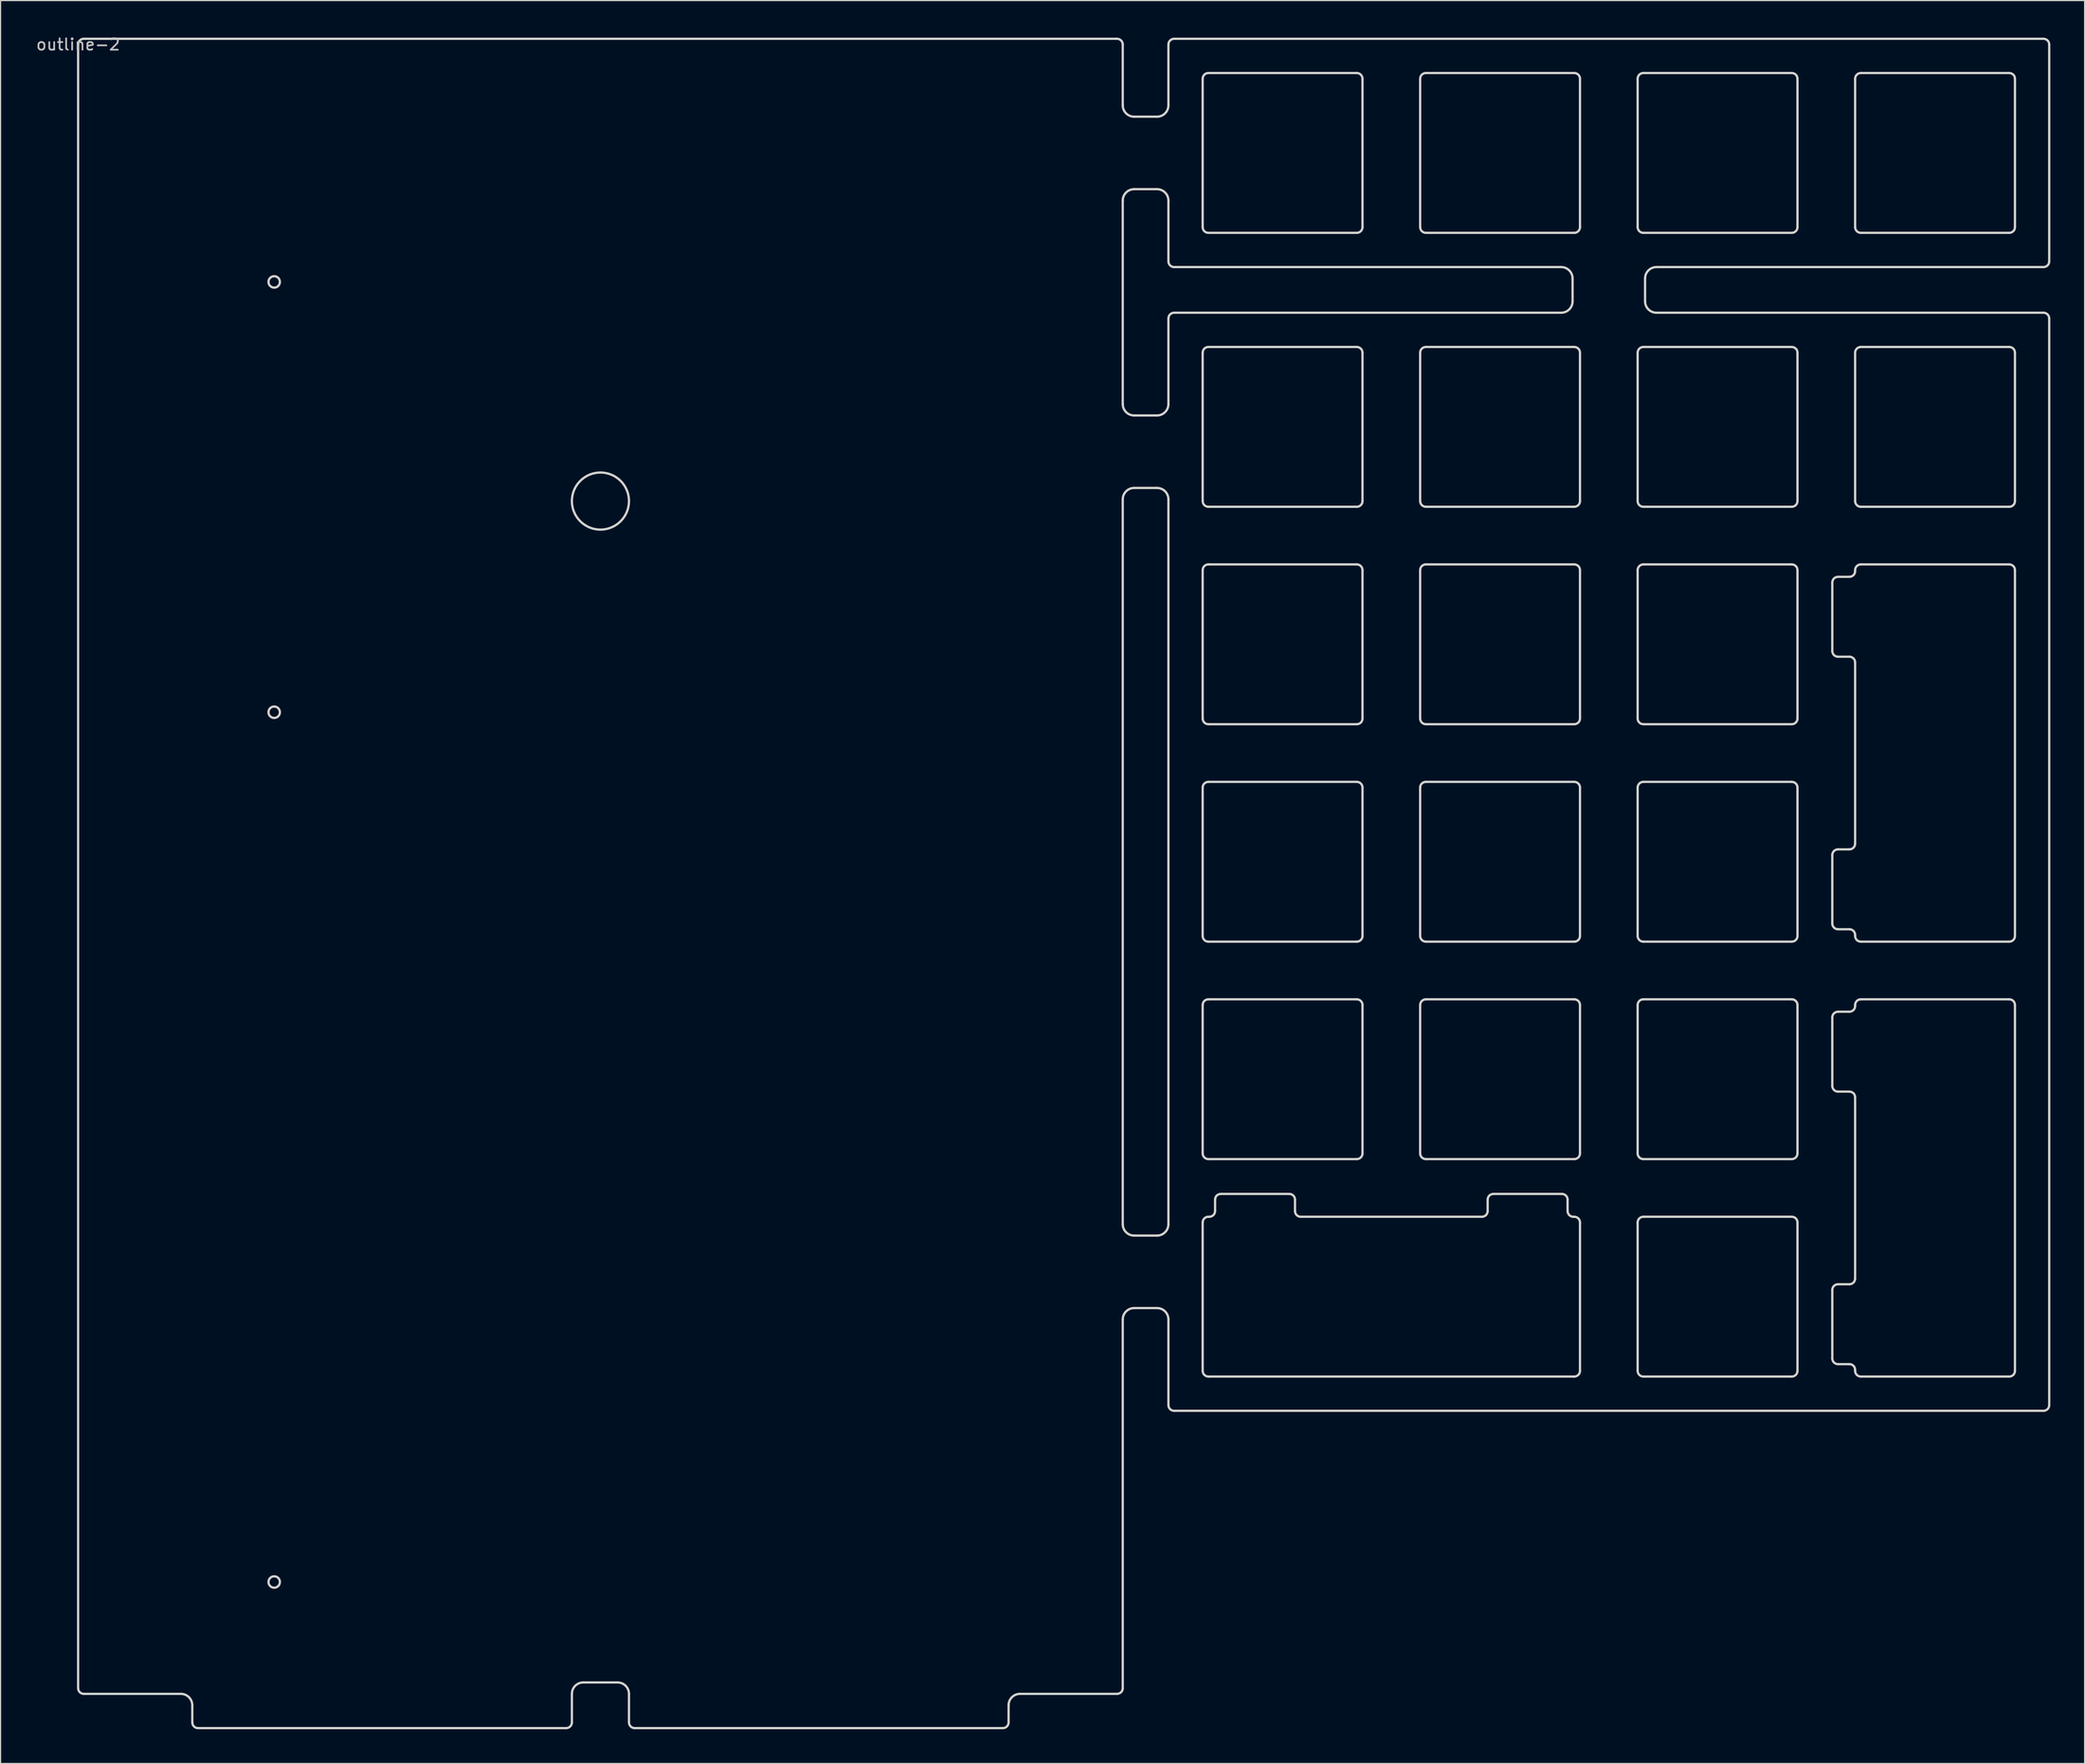
<source format=kicad_pcb>
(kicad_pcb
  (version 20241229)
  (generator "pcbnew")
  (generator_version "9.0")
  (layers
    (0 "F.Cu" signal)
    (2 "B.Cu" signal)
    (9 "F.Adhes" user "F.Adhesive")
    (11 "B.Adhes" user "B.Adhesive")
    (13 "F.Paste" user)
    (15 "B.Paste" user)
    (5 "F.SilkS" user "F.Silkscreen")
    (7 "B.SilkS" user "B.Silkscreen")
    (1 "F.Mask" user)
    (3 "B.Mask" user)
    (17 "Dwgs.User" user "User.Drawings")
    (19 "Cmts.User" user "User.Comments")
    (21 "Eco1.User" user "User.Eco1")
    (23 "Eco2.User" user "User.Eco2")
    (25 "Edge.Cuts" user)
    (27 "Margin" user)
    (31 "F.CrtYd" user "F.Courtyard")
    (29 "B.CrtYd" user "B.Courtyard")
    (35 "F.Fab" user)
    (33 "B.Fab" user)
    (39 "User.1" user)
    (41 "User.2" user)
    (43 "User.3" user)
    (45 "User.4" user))
  (footprint "outline-2"
    (layer "F.Cu")
    (at 3.792 0.348)
    (property "Reference" "outline-2" (at 0 0.5 0) (layer "Dwgs.User") (effects (font (size 1 1) (thickness 0.15))))
    (attr through_hole)
    (fp_line (start 0 144.5) (end 0 0.5) (stroke (width 0.2) (type solid)) (layer "Edge.Cuts"))
    (fp_line (start 0.5 0) (end 91 0) (stroke (width 0.2) (type solid)) (layer "Edge.Cuts"))
    (fp_line (start 9 145) (end 0.5 145) (stroke (width 0.2) (type solid)) (layer "Edge.Cuts"))
    (fp_line (start 10 147.5) (end 10 146) (stroke (width 0.2) (type solid)) (layer "Edge.Cuts"))
    (fp_line (start 42.75 148) (end 10.5 148) (stroke (width 0.2) (type solid)) (layer "Edge.Cuts"))
    (fp_line (start 43.25 145) (end 43.25 147.5) (stroke (width 0.2) (type solid)) (layer "Edge.Cuts"))
    (fp_line (start 47.25 144) (end 44.25 144) (stroke (width 0.2) (type solid)) (layer "Edge.Cuts"))
    (fp_line (start 48.25 147.5) (end 48.25 145) (stroke (width 0.2) (type solid)) (layer "Edge.Cuts"))
    (fp_line (start 81 148) (end 48.75 148) (stroke (width 0.2) (type solid)) (layer "Edge.Cuts"))
    (fp_line (start 81.5 146) (end 81.5 147.5) (stroke (width 0.2) (type solid)) (layer "Edge.Cuts"))
    (fp_line (start 91 145) (end 82.5 145) (stroke (width 0.2) (type solid)) (layer "Edge.Cuts"))
    (fp_line (start 91.5 0.5) (end 91.5 5.825) (stroke (width 0.2) (type solid)) (layer "Edge.Cuts"))
    (fp_line (start 91.5 14.175) (end 91.5 32) (stroke (width 0.2) (type solid)) (layer "Edge.Cuts"))
    (fp_line (start 91.5 40.35) (end 91.5 103.85) (stroke (width 0.2) (type solid)) (layer "Edge.Cuts"))
    (fp_line (start 91.5 112.2) (end 91.5 144.5) (stroke (width 0.2) (type solid)) (layer "Edge.Cuts"))
    (fp_line (start 92.5 6.825) (end 94.5 6.825) (stroke (width 0.2) (type solid)) (layer "Edge.Cuts"))
    (fp_line (start 92.5 33) (end 94.5 33) (stroke (width 0.2) (type solid)) (layer "Edge.Cuts"))
    (fp_line (start 92.5 104.85) (end 94.5 104.85) (stroke (width 0.2) (type solid)) (layer "Edge.Cuts"))
    (fp_line (start 94.5 13.175) (end 92.5 13.175) (stroke (width 0.2) (type solid)) (layer "Edge.Cuts"))
    (fp_line (start 94.5 39.35) (end 92.5 39.35) (stroke (width 0.2) (type solid)) (layer "Edge.Cuts"))
    (fp_line (start 94.5 111.2) (end 92.5 111.2) (stroke (width 0.2) (type solid)) (layer "Edge.Cuts"))
    (fp_line (start 95.5 5.825) (end 95.5 0.5) (stroke (width 0.2) (type solid)) (layer "Edge.Cuts"))
    (fp_line (start 95.5 19.5) (end 95.5 14.175) (stroke (width 0.2) (type solid)) (layer "Edge.Cuts"))
    (fp_line (start 95.5 32) (end 95.5 24.5) (stroke (width 0.2) (type solid)) (layer "Edge.Cuts"))
    (fp_line (start 95.5 103.85) (end 95.5 40.35) (stroke (width 0.2) (type solid)) (layer "Edge.Cuts"))
    (fp_line (start 95.5 119.7) (end 95.5 112.2) (stroke (width 0.2) (type solid)) (layer "Edge.Cuts"))
    (fp_line (start 96 0) (end 172.15 0) (stroke (width 0.2) (type solid)) (layer "Edge.Cuts"))
    (fp_line (start 96 24) (end 129.9 24) (stroke (width 0.2) (type solid)) (layer "Edge.Cuts"))
    (fp_line (start 98.5 3.5) (end 98.5 16.5) (stroke (width 0.2) (type solid)) (layer "Edge.Cuts"))
    (fp_line (start 98.5 27.5) (end 98.5 40.5) (stroke (width 0.2) (type solid)) (layer "Edge.Cuts"))
    (fp_line (start 98.5 46.55) (end 98.5 59.55) (stroke (width 0.2) (type solid)) (layer "Edge.Cuts"))
    (fp_line (start 98.5 65.6) (end 98.5 78.6) (stroke (width 0.2) (type solid)) (layer "Edge.Cuts"))
    (fp_line (start 98.5 84.65) (end 98.5 97.65) (stroke (width 0.2) (type solid)) (layer "Edge.Cuts"))
    (fp_line (start 98.5 103.7) (end 98.5 116.7) (stroke (width 0.2) (type solid)) (layer "Edge.Cuts"))
    (fp_line (start 99 17) (end 112 17) (stroke (width 0.2) (type solid)) (layer "Edge.Cuts"))
    (fp_line (start 99 41) (end 112 41) (stroke (width 0.2) (type solid)) (layer "Edge.Cuts"))
    (fp_line (start 99 60.05) (end 112 60.05) (stroke (width 0.2) (type solid)) (layer "Edge.Cuts"))
    (fp_line (start 99 79.1) (end 112 79.1) (stroke (width 0.2) (type solid)) (layer "Edge.Cuts"))
    (fp_line (start 99 98.15) (end 112 98.15) (stroke (width 0.2) (type solid)) (layer "Edge.Cuts"))
    (fp_line (start 99 117.2) (end 131.05 117.2) (stroke (width 0.2) (type solid)) (layer "Edge.Cuts"))
    (fp_line (start 99.087 103.2) (end 99 103.2) (stroke (width 0.2) (type solid)) (layer "Edge.Cuts"))
    (fp_line (start 99.587 101.7) (end 99.587 102.7) (stroke (width 0.2) (type solid)) (layer "Edge.Cuts"))
    (fp_line (start 106.087 101.2) (end 100.087 101.2) (stroke (width 0.2) (type solid)) (layer "Edge.Cuts"))
    (fp_line (start 106.587 102.7) (end 106.587 101.7) (stroke (width 0.2) (type solid)) (layer "Edge.Cuts"))
    (fp_line (start 112 3) (end 99 3) (stroke (width 0.2) (type solid)) (layer "Edge.Cuts"))
    (fp_line (start 112 27) (end 99 27) (stroke (width 0.2) (type solid)) (layer "Edge.Cuts"))
    (fp_line (start 112 46.05) (end 99 46.05) (stroke (width 0.2) (type solid)) (layer "Edge.Cuts"))
    (fp_line (start 112 65.1) (end 99 65.1) (stroke (width 0.2) (type solid)) (layer "Edge.Cuts"))
    (fp_line (start 112 84.15) (end 99 84.15) (stroke (width 0.2) (type solid)) (layer "Edge.Cuts"))
    (fp_line (start 112.5 16.5) (end 112.5 3.5) (stroke (width 0.2) (type solid)) (layer "Edge.Cuts"))
    (fp_line (start 112.5 40.5) (end 112.5 27.5) (stroke (width 0.2) (type solid)) (layer "Edge.Cuts"))
    (fp_line (start 112.5 59.55) (end 112.5 46.55) (stroke (width 0.2) (type solid)) (layer "Edge.Cuts"))
    (fp_line (start 112.5 78.6) (end 112.5 65.6) (stroke (width 0.2) (type solid)) (layer "Edge.Cuts"))
    (fp_line (start 112.5 97.65) (end 112.5 84.65) (stroke (width 0.2) (type solid)) (layer "Edge.Cuts"))
    (fp_line (start 117.55 16.5) (end 117.55 3.5) (stroke (width 0.2) (type solid)) (layer "Edge.Cuts"))
    (fp_line (start 117.55 27.5) (end 117.55 40.5) (stroke (width 0.2) (type solid)) (layer "Edge.Cuts"))
    (fp_line (start 117.55 46.55) (end 117.55 59.55) (stroke (width 0.2) (type solid)) (layer "Edge.Cuts"))
    (fp_line (start 117.55 65.6) (end 117.55 78.6) (stroke (width 0.2) (type solid)) (layer "Edge.Cuts"))
    (fp_line (start 117.55 84.65) (end 117.55 97.65) (stroke (width 0.2) (type solid)) (layer "Edge.Cuts"))
    (fp_line (start 118.05 3) (end 131.05 3) (stroke (width 0.2) (type solid)) (layer "Edge.Cuts"))
    (fp_line (start 118.05 41) (end 131.05 41) (stroke (width 0.2) (type solid)) (layer "Edge.Cuts"))
    (fp_line (start 118.05 60.05) (end 131.05 60.05) (stroke (width 0.2) (type solid)) (layer "Edge.Cuts"))
    (fp_line (start 118.05 79.1) (end 131.05 79.1) (stroke (width 0.2) (type solid)) (layer "Edge.Cuts"))
    (fp_line (start 118.05 98.15) (end 131.05 98.15) (stroke (width 0.2) (type solid)) (layer "Edge.Cuts"))
    (fp_line (start 122.963 103.2) (end 107.087 103.2) (stroke (width 0.2) (type solid)) (layer "Edge.Cuts"))
    (fp_line (start 123.463 101.7) (end 123.463 102.7) (stroke (width 0.2) (type solid)) (layer "Edge.Cuts"))
    (fp_line (start 129.9 20) (end 96 20) (stroke (width 0.2) (type solid)) (layer "Edge.Cuts"))
    (fp_line (start 129.963 101.2) (end 123.963 101.2) (stroke (width 0.2) (type solid)) (layer "Edge.Cuts"))
    (fp_line (start 130.463 102.7) (end 130.463 101.7) (stroke (width 0.2) (type solid)) (layer "Edge.Cuts"))
    (fp_line (start 130.9 23) (end 130.9 21) (stroke (width 0.2) (type solid)) (layer "Edge.Cuts"))
    (fp_line (start 131.05 17) (end 118.05 17) (stroke (width 0.2) (type solid)) (layer "Edge.Cuts"))
    (fp_line (start 131.05 27) (end 118.05 27) (stroke (width 0.2) (type solid)) (layer "Edge.Cuts"))
    (fp_line (start 131.05 46.05) (end 118.05 46.05) (stroke (width 0.2) (type solid)) (layer "Edge.Cuts"))
    (fp_line (start 131.05 65.1) (end 118.05 65.1) (stroke (width 0.2) (type solid)) (layer "Edge.Cuts"))
    (fp_line (start 131.05 84.15) (end 118.05 84.15) (stroke (width 0.2) (type solid)) (layer "Edge.Cuts"))
    (fp_line (start 131.05 103.2) (end 130.963 103.2) (stroke (width 0.2) (type solid)) (layer "Edge.Cuts"))
    (fp_line (start 131.55 3.5) (end 131.55 16.5) (stroke (width 0.2) (type solid)) (layer "Edge.Cuts"))
    (fp_line (start 131.55 40.5) (end 131.55 27.5) (stroke (width 0.2) (type solid)) (layer "Edge.Cuts"))
    (fp_line (start 131.55 59.55) (end 131.55 46.55) (stroke (width 0.2) (type solid)) (layer "Edge.Cuts"))
    (fp_line (start 131.55 78.6) (end 131.55 65.6) (stroke (width 0.2) (type solid)) (layer "Edge.Cuts"))
    (fp_line (start 131.55 97.65) (end 131.55 84.65) (stroke (width 0.2) (type solid)) (layer "Edge.Cuts"))
    (fp_line (start 131.55 116.7) (end 131.55 103.7) (stroke (width 0.2) (type solid)) (layer "Edge.Cuts"))
    (fp_line (start 136.6 3.5) (end 136.6 16.5) (stroke (width 0.2) (type solid)) (layer "Edge.Cuts"))
    (fp_line (start 136.6 27.5) (end 136.6 40.5) (stroke (width 0.2) (type solid)) (layer "Edge.Cuts"))
    (fp_line (start 136.6 46.55) (end 136.6 59.55) (stroke (width 0.2) (type solid)) (layer "Edge.Cuts"))
    (fp_line (start 136.6 65.6) (end 136.6 78.6) (stroke (width 0.2) (type solid)) (layer "Edge.Cuts"))
    (fp_line (start 136.6 97.65) (end 136.6 84.65) (stroke (width 0.2) (type solid)) (layer "Edge.Cuts"))
    (fp_line (start 136.6 103.7) (end 136.6 116.7) (stroke (width 0.2) (type solid)) (layer "Edge.Cuts"))
    (fp_line (start 137.1 17) (end 150.1 17) (stroke (width 0.2) (type solid)) (layer "Edge.Cuts"))
    (fp_line (start 137.1 41) (end 150.1 41) (stroke (width 0.2) (type solid)) (layer "Edge.Cuts"))
    (fp_line (start 137.1 60.05) (end 150.1 60.05) (stroke (width 0.2) (type solid)) (layer "Edge.Cuts"))
    (fp_line (start 137.1 79.1) (end 150.1 79.1) (stroke (width 0.2) (type solid)) (layer "Edge.Cuts"))
    (fp_line (start 137.1 84.15) (end 150.1 84.15) (stroke (width 0.2) (type solid)) (layer "Edge.Cuts"))
    (fp_line (start 137.1 117.2) (end 150.1 117.2) (stroke (width 0.2) (type solid)) (layer "Edge.Cuts"))
    (fp_line (start 137.25 21) (end 137.25 23) (stroke (width 0.2) (type solid)) (layer "Edge.Cuts"))
    (fp_line (start 138.25 24) (end 172.15 24) (stroke (width 0.2) (type solid)) (layer "Edge.Cuts"))
    (fp_line (start 150.1 3) (end 137.1 3) (stroke (width 0.2) (type solid)) (layer "Edge.Cuts"))
    (fp_line (start 150.1 27) (end 137.1 27) (stroke (width 0.2) (type solid)) (layer "Edge.Cuts"))
    (fp_line (start 150.1 46.05) (end 137.1 46.05) (stroke (width 0.2) (type solid)) (layer "Edge.Cuts"))
    (fp_line (start 150.1 65.1) (end 137.1 65.1) (stroke (width 0.2) (type solid)) (layer "Edge.Cuts"))
    (fp_line (start 150.1 98.15) (end 137.1 98.15) (stroke (width 0.2) (type solid)) (layer "Edge.Cuts"))
    (fp_line (start 150.1 103.2) (end 137.1 103.2) (stroke (width 0.2) (type solid)) (layer "Edge.Cuts"))
    (fp_line (start 150.6 16.5) (end 150.6 3.5) (stroke (width 0.2) (type solid)) (layer "Edge.Cuts"))
    (fp_line (start 150.6 40.5) (end 150.6 27.5) (stroke (width 0.2) (type solid)) (layer "Edge.Cuts"))
    (fp_line (start 150.6 59.55) (end 150.6 46.55) (stroke (width 0.2) (type solid)) (layer "Edge.Cuts"))
    (fp_line (start 150.6 78.6) (end 150.6 65.6) (stroke (width 0.2) (type solid)) (layer "Edge.Cuts"))
    (fp_line (start 150.6 84.65) (end 150.6 97.65) (stroke (width 0.2) (type solid)) (layer "Edge.Cuts"))
    (fp_line (start 150.6 116.7) (end 150.6 103.7) (stroke (width 0.2) (type solid)) (layer "Edge.Cuts"))
    (fp_line (start 153.65 47.637) (end 153.65 53.637) (stroke (width 0.2) (type solid)) (layer "Edge.Cuts"))
    (fp_line (start 153.65 71.513) (end 153.65 77.513) (stroke (width 0.2) (type solid)) (layer "Edge.Cuts"))
    (fp_line (start 153.65 85.737) (end 153.65 91.737) (stroke (width 0.2) (type solid)) (layer "Edge.Cuts"))
    (fp_line (start 153.65 109.613) (end 153.65 115.613) (stroke (width 0.2) (type solid)) (layer "Edge.Cuts"))
    (fp_line (start 154.15 54.137) (end 155.15 54.137) (stroke (width 0.2) (type solid)) (layer "Edge.Cuts"))
    (fp_line (start 154.15 78.013) (end 155.15 78.013) (stroke (width 0.2) (type solid)) (layer "Edge.Cuts"))
    (fp_line (start 154.15 92.237) (end 155.15 92.237) (stroke (width 0.2) (type solid)) (layer "Edge.Cuts"))
    (fp_line (start 154.15 116.113) (end 155.15 116.113) (stroke (width 0.2) (type solid)) (layer "Edge.Cuts"))
    (fp_line (start 155.15 47.137) (end 154.15 47.137) (stroke (width 0.2) (type solid)) (layer "Edge.Cuts"))
    (fp_line (start 155.15 71.013) (end 154.15 71.013) (stroke (width 0.2) (type solid)) (layer "Edge.Cuts"))
    (fp_line (start 155.15 85.237) (end 154.15 85.237) (stroke (width 0.2) (type solid)) (layer "Edge.Cuts"))
    (fp_line (start 155.15 109.113) (end 154.15 109.113) (stroke (width 0.2) (type solid)) (layer "Edge.Cuts"))
    (fp_line (start 155.65 3.5) (end 155.65 16.5) (stroke (width 0.2) (type solid)) (layer "Edge.Cuts"))
    (fp_line (start 155.65 27.5) (end 155.65 40.5) (stroke (width 0.2) (type solid)) (layer "Edge.Cuts"))
    (fp_line (start 155.65 46.55) (end 155.65 46.637) (stroke (width 0.2) (type solid)) (layer "Edge.Cuts"))
    (fp_line (start 155.65 54.637) (end 155.65 70.513) (stroke (width 0.2) (type solid)) (layer "Edge.Cuts"))
    (fp_line (start 155.65 78.513) (end 155.65 78.6) (stroke (width 0.2) (type solid)) (layer "Edge.Cuts"))
    (fp_line (start 155.65 84.65) (end 155.65 84.737) (stroke (width 0.2) (type solid)) (layer "Edge.Cuts"))
    (fp_line (start 155.65 92.737) (end 155.65 108.613) (stroke (width 0.2) (type solid)) (layer "Edge.Cuts"))
    (fp_line (start 155.65 116.613) (end 155.65 116.7) (stroke (width 0.2) (type solid)) (layer "Edge.Cuts"))
    (fp_line (start 156.15 17) (end 169.15 17) (stroke (width 0.2) (type solid)) (layer "Edge.Cuts"))
    (fp_line (start 156.15 41) (end 169.15 41) (stroke (width 0.2) (type solid)) (layer "Edge.Cuts"))
    (fp_line (start 156.15 79.1) (end 169.15 79.1) (stroke (width 0.2) (type solid)) (layer "Edge.Cuts"))
    (fp_line (start 156.15 117.2) (end 169.15 117.2) (stroke (width 0.2) (type solid)) (layer "Edge.Cuts"))
    (fp_line (start 169.15 3) (end 156.15 3) (stroke (width 0.2) (type solid)) (layer "Edge.Cuts"))
    (fp_line (start 169.15 27) (end 156.15 27) (stroke (width 0.2) (type solid)) (layer "Edge.Cuts"))
    (fp_line (start 169.15 46.05) (end 156.15 46.05) (stroke (width 0.2) (type solid)) (layer "Edge.Cuts"))
    (fp_line (start 169.15 84.15) (end 156.15 84.15) (stroke (width 0.2) (type solid)) (layer "Edge.Cuts"))
    (fp_line (start 169.65 16.5) (end 169.65 3.5) (stroke (width 0.2) (type solid)) (layer "Edge.Cuts"))
    (fp_line (start 169.65 40.5) (end 169.65 27.5) (stroke (width 0.2) (type solid)) (layer "Edge.Cuts"))
    (fp_line (start 169.65 78.6) (end 169.65 46.55) (stroke (width 0.2) (type solid)) (layer "Edge.Cuts"))
    (fp_line (start 169.65 116.7) (end 169.65 84.65) (stroke (width 0.2) (type solid)) (layer "Edge.Cuts"))
    (fp_line (start 172.15 20) (end 138.25 20) (stroke (width 0.2) (type solid)) (layer "Edge.Cuts"))
    (fp_line (start 172.15 120.2) (end 96 120.2) (stroke (width 0.2) (type solid)) (layer "Edge.Cuts"))
    (fp_line (start 172.65 0.5) (end 172.65 19.5) (stroke (width 0.2) (type solid)) (layer "Edge.Cuts"))
    (fp_line (start 172.65 24.5) (end 172.65 119.7) (stroke (width 0.2) (type solid)) (layer "Edge.Cuts"))
    (fp_arc (start 0 0.5) (mid 0.146447 0.146447) (end 0.5 0) (stroke (width 0.2) (type solid)) (layer "Edge.Cuts"))
    (fp_arc (start 0.5 145) (mid 0.146447 144.853553) (end 0 144.5) (stroke (width 0.2) (type solid)) (layer "Edge.Cuts"))
    (fp_arc (start 9 145) (mid 9.707107 145.292893) (end 10 146) (stroke (width 0.2) (type solid)) (layer "Edge.Cuts"))
    (fp_arc (start 10.5 148) (mid 10.146447 147.853553) (end 10 147.5) (stroke (width 0.2) (type solid)) (layer "Edge.Cuts"))
    (fp_arc (start 43.25 145) (mid 43.542893 144.292893) (end 44.25 144) (stroke (width 0.2) (type solid)) (layer "Edge.Cuts"))
    (fp_arc (start 43.25 147.5) (mid 43.103553 147.853553) (end 42.75 148) (stroke (width 0.2) (type solid)) (layer "Edge.Cuts"))
    (fp_arc (start 47.25 144) (mid 47.957107 144.292893) (end 48.25 145) (stroke (width 0.2) (type solid)) (layer "Edge.Cuts"))
    (fp_arc (start 48.75 148) (mid 48.396447 147.853553) (end 48.25 147.5) (stroke (width 0.2) (type solid)) (layer "Edge.Cuts"))
    (fp_arc (start 81.5 146) (mid 81.792893 145.292893) (end 82.5 145) (stroke (width 0.2) (type solid)) (layer "Edge.Cuts"))
    (fp_arc (start 81.5 147.5) (mid 81.353553 147.853553) (end 81 148) (stroke (width 0.2) (type solid)) (layer "Edge.Cuts"))
    (fp_arc (start 91 0) (mid 91.353553 0.146447) (end 91.5 0.5) (stroke (width 0.2) (type solid)) (layer "Edge.Cuts"))
    (fp_arc (start 91.5 14.175) (mid 91.792893 13.467893) (end 92.5 13.175) (stroke (width 0.2) (type solid)) (layer "Edge.Cuts"))
    (fp_arc (start 91.5 40.35) (mid 91.792893 39.642893) (end 92.5 39.35) (stroke (width 0.2) (type solid)) (layer "Edge.Cuts"))
    (fp_arc (start 91.5 112.2) (mid 91.792893 111.492893) (end 92.5 111.2) (stroke (width 0.2) (type solid)) (layer "Edge.Cuts"))
    (fp_arc (start 91.5 144.5) (mid 91.353553 144.853553) (end 91 145) (stroke (width 0.2) (type solid)) (layer "Edge.Cuts"))
    (fp_arc (start 92.5 6.825) (mid 91.792893 6.532107) (end 91.5 5.825) (stroke (width 0.2) (type solid)) (layer "Edge.Cuts"))
    (fp_arc (start 92.5 33) (mid 91.792893 32.707107) (end 91.5 32) (stroke (width 0.2) (type solid)) (layer "Edge.Cuts"))
    (fp_arc (start 92.5 104.85) (mid 91.792893 104.557107) (end 91.5 103.85) (stroke (width 0.2) (type solid)) (layer "Edge.Cuts"))
    (fp_arc (start 94.5 13.175) (mid 95.207107 13.467893) (end 95.5 14.175) (stroke (width 0.2) (type solid)) (layer "Edge.Cuts"))
    (fp_arc (start 94.5 39.35) (mid 95.207107 39.642893) (end 95.5 40.35) (stroke (width 0.2) (type solid)) (layer "Edge.Cuts"))
    (fp_arc (start 94.5 111.2) (mid 95.207107 111.492893) (end 95.5 112.2) (stroke (width 0.2) (type solid)) (layer "Edge.Cuts"))
    (fp_arc (start 95.5 0.5) (mid 95.646447 0.146447) (end 96 0) (stroke (width 0.2) (type solid)) (layer "Edge.Cuts"))
    (fp_arc (start 95.5 5.825) (mid 95.207107 6.532107) (end 94.5 6.825) (stroke (width 0.2) (type solid)) (layer "Edge.Cuts"))
    (fp_arc (start 95.5 24.5) (mid 95.646447 24.146447) (end 96 24) (stroke (width 0.2) (type solid)) (layer "Edge.Cuts"))
    (fp_arc (start 95.5 32) (mid 95.207107 32.707107) (end 94.5 33) (stroke (width 0.2) (type solid)) (layer "Edge.Cuts"))
    (fp_arc (start 95.5 103.85) (mid 95.207107 104.557107) (end 94.5 104.85) (stroke (width 0.2) (type solid)) (layer "Edge.Cuts"))
    (fp_arc (start 96 20) (mid 95.646447 19.853553) (end 95.5 19.5) (stroke (width 0.2) (type solid)) (layer "Edge.Cuts"))
    (fp_arc (start 96 120.2) (mid 95.646447 120.053553) (end 95.5 119.7) (stroke (width 0.2) (type solid)) (layer "Edge.Cuts"))
    (fp_arc (start 98.5 3.5) (mid 98.646447 3.146447) (end 99 3) (stroke (width 0.2) (type solid)) (layer "Edge.Cuts"))
    (fp_arc (start 98.5 27.5) (mid 98.646447 27.146447) (end 99 27) (stroke (width 0.2) (type solid)) (layer "Edge.Cuts"))
    (fp_arc (start 98.5 46.55) (mid 98.646447 46.196447) (end 99 46.05) (stroke (width 0.2) (type solid)) (layer "Edge.Cuts"))
    (fp_arc (start 98.5 65.6) (mid 98.646447 65.246447) (end 99 65.1) (stroke (width 0.2) (type solid)) (layer "Edge.Cuts"))
    (fp_arc (start 98.5 84.65) (mid 98.646447 84.296447) (end 99 84.15) (stroke (width 0.2) (type solid)) (layer "Edge.Cuts"))
    (fp_arc (start 98.5 103.7) (mid 98.646447 103.346447) (end 99 103.2) (stroke (width 0.2) (type solid)) (layer "Edge.Cuts"))
    (fp_arc (start 99 17) (mid 98.646447 16.853553) (end 98.5 16.5) (stroke (width 0.2) (type solid)) (layer "Edge.Cuts"))
    (fp_arc (start 99 41) (mid 98.646447 40.853553) (end 98.5 40.5) (stroke (width 0.2) (type solid)) (layer "Edge.Cuts"))
    (fp_arc (start 99 60.05) (mid 98.646447 59.903553) (end 98.5 59.55) (stroke (width 0.2) (type solid)) (layer "Edge.Cuts"))
    (fp_arc (start 99 79.1) (mid 98.646447 78.953553) (end 98.5 78.6) (stroke (width 0.2) (type solid)) (layer "Edge.Cuts"))
    (fp_arc (start 99 98.15) (mid 98.646447 98.003553) (end 98.5 97.65) (stroke (width 0.2) (type solid)) (layer "Edge.Cuts"))
    (fp_arc (start 99 117.2) (mid 98.646447 117.053553) (end 98.5 116.7) (stroke (width 0.2) (type solid)) (layer "Edge.Cuts"))
    (fp_arc (start 99.587 101.7) (mid 99.733447 101.346447) (end 100.087 101.2) (stroke (width 0.2) (type solid)) (layer "Edge.Cuts"))
    (fp_arc (start 99.587 102.7) (mid 99.440553 103.053553) (end 99.087 103.2) (stroke (width 0.2) (type solid)) (layer "Edge.Cuts"))
    (fp_arc (start 106.087 101.2) (mid 106.440553 101.346447) (end 106.587 101.7) (stroke (width 0.2) (type solid)) (layer "Edge.Cuts"))
    (fp_arc (start 107.087 103.2) (mid 106.733447 103.053553) (end 106.587 102.7) (stroke (width 0.2) (type solid)) (layer "Edge.Cuts"))
    (fp_arc (start 112 3) (mid 112.353553 3.146447) (end 112.5 3.5) (stroke (width 0.2) (type solid)) (layer "Edge.Cuts"))
    (fp_arc (start 112 27) (mid 112.353553 27.146447) (end 112.5 27.5) (stroke (width 0.2) (type solid)) (layer "Edge.Cuts"))
    (fp_arc (start 112 46.05) (mid 112.353553 46.196447) (end 112.5 46.55) (stroke (width 0.2) (type solid)) (layer "Edge.Cuts"))
    (fp_arc (start 112 65.1) (mid 112.353553 65.246447) (end 112.5 65.6) (stroke (width 0.2) (type solid)) (layer "Edge.Cuts"))
    (fp_arc (start 112 84.15) (mid 112.353553 84.296447) (end 112.5 84.65) (stroke (width 0.2) (type solid)) (layer "Edge.Cuts"))
    (fp_arc (start 112.5 16.5) (mid 112.353553 16.853553) (end 112 17) (stroke (width 0.2) (type solid)) (layer "Edge.Cuts"))
    (fp_arc (start 112.5 40.5) (mid 112.353553 40.853553) (end 112 41) (stroke (width 0.2) (type solid)) (layer "Edge.Cuts"))
    (fp_arc (start 112.5 59.55) (mid 112.353553 59.903553) (end 112 60.05) (stroke (width 0.2) (type solid)) (layer "Edge.Cuts"))
    (fp_arc (start 112.5 78.6) (mid 112.353553 78.953553) (end 112 79.1) (stroke (width 0.2) (type solid)) (layer "Edge.Cuts"))
    (fp_arc (start 112.5 97.65) (mid 112.353553 98.003553) (end 112 98.15) (stroke (width 0.2) (type solid)) (layer "Edge.Cuts"))
    (fp_arc (start 117.55 3.5) (mid 117.696447 3.146447) (end 118.05 3) (stroke (width 0.2) (type solid)) (layer "Edge.Cuts"))
    (fp_arc (start 117.55 27.5) (mid 117.696447 27.146447) (end 118.05 27) (stroke (width 0.2) (type solid)) (layer "Edge.Cuts"))
    (fp_arc (start 117.55 46.55) (mid 117.696447 46.196447) (end 118.05 46.05) (stroke (width 0.2) (type solid)) (layer "Edge.Cuts"))
    (fp_arc (start 117.55 65.6) (mid 117.696447 65.246447) (end 118.05 65.1) (stroke (width 0.2) (type solid)) (layer "Edge.Cuts"))
    (fp_arc (start 117.55 84.65) (mid 117.696447 84.296447) (end 118.05 84.15) (stroke (width 0.2) (type solid)) (layer "Edge.Cuts"))
    (fp_arc (start 118.05 17) (mid 117.696447 16.853553) (end 117.55 16.5) (stroke (width 0.2) (type solid)) (layer "Edge.Cuts"))
    (fp_arc (start 118.05 41) (mid 117.696447 40.853553) (end 117.55 40.5) (stroke (width 0.2) (type solid)) (layer "Edge.Cuts"))
    (fp_arc (start 118.05 60.05) (mid 117.696447 59.903553) (end 117.55 59.55) (stroke (width 0.2) (type solid)) (layer "Edge.Cuts"))
    (fp_arc (start 118.05 79.1) (mid 117.696447 78.953553) (end 117.55 78.6) (stroke (width 0.2) (type solid)) (layer "Edge.Cuts"))
    (fp_arc (start 118.05 98.15) (mid 117.696447 98.003553) (end 117.55 97.65) (stroke (width 0.2) (type solid)) (layer "Edge.Cuts"))
    (fp_arc (start 123.463 101.7) (mid 123.609447 101.346447) (end 123.963 101.2) (stroke (width 0.2) (type solid)) (layer "Edge.Cuts"))
    (fp_arc (start 123.463 102.7) (mid 123.316553 103.053553) (end 122.963 103.2) (stroke (width 0.2) (type solid)) (layer "Edge.Cuts"))
    (fp_arc (start 129.9 20) (mid 130.607107 20.292893) (end 130.9 21) (stroke (width 0.2) (type solid)) (layer "Edge.Cuts"))
    (fp_arc (start 129.963 101.2) (mid 130.316553 101.346447) (end 130.463 101.7) (stroke (width 0.2) (type solid)) (layer "Edge.Cuts"))
    (fp_arc (start 130.9 23) (mid 130.607107 23.707107) (end 129.9 24) (stroke (width 0.2) (type solid)) (layer "Edge.Cuts"))
    (fp_arc (start 130.963 103.2) (mid 130.609447 103.053553) (end 130.463 102.7) (stroke (width 0.2) (type solid)) (layer "Edge.Cuts"))
    (fp_arc (start 131.05 3) (mid 131.403553 3.146447) (end 131.55 3.5) (stroke (width 0.2) (type solid)) (layer "Edge.Cuts"))
    (fp_arc (start 131.05 27) (mid 131.403553 27.146447) (end 131.55 27.5) (stroke (width 0.2) (type solid)) (layer "Edge.Cuts"))
    (fp_arc (start 131.05 46.05) (mid 131.403553 46.196447) (end 131.55 46.55) (stroke (width 0.2) (type solid)) (layer "Edge.Cuts"))
    (fp_arc (start 131.05 65.1) (mid 131.403553 65.246447) (end 131.55 65.6) (stroke (width 0.2) (type solid)) (layer "Edge.Cuts"))
    (fp_arc (start 131.05 84.15) (mid 131.403553 84.296447) (end 131.55 84.65) (stroke (width 0.2) (type solid)) (layer "Edge.Cuts"))
    (fp_arc (start 131.05 103.2) (mid 131.403553 103.346447) (end 131.55 103.7) (stroke (width 0.2) (type solid)) (layer "Edge.Cuts"))
    (fp_arc (start 131.55 16.5) (mid 131.403553 16.853553) (end 131.05 17) (stroke (width 0.2) (type solid)) (layer "Edge.Cuts"))
    (fp_arc (start 131.55 40.5) (mid 131.403553 40.853553) (end 131.05 41) (stroke (width 0.2) (type solid)) (layer "Edge.Cuts"))
    (fp_arc (start 131.55 59.55) (mid 131.403553 59.903553) (end 131.05 60.05) (stroke (width 0.2) (type solid)) (layer "Edge.Cuts"))
    (fp_arc (start 131.55 78.6) (mid 131.403553 78.953553) (end 131.05 79.1) (stroke (width 0.2) (type solid)) (layer "Edge.Cuts"))
    (fp_arc (start 131.55 97.65) (mid 131.403553 98.003553) (end 131.05 98.15) (stroke (width 0.2) (type solid)) (layer "Edge.Cuts"))
    (fp_arc (start 131.55 116.7) (mid 131.403553 117.053553) (end 131.05 117.2) (stroke (width 0.2) (type solid)) (layer "Edge.Cuts"))
    (fp_arc (start 136.6 3.5) (mid 136.746447 3.146447) (end 137.1 3) (stroke (width 0.2) (type solid)) (layer "Edge.Cuts"))
    (fp_arc (start 136.6 27.5) (mid 136.746447 27.146447) (end 137.1 27) (stroke (width 0.2) (type solid)) (layer "Edge.Cuts"))
    (fp_arc (start 136.6 46.55) (mid 136.746447 46.196447) (end 137.1 46.05) (stroke (width 0.2) (type solid)) (layer "Edge.Cuts"))
    (fp_arc (start 136.6 65.6) (mid 136.746447 65.246447) (end 137.1 65.1) (stroke (width 0.2) (type solid)) (layer "Edge.Cuts"))
    (fp_arc (start 136.6 84.65) (mid 136.746447 84.296447) (end 137.1 84.15) (stroke (width 0.2) (type solid)) (layer "Edge.Cuts"))
    (fp_arc (start 136.6 103.7) (mid 136.746447 103.346447) (end 137.1 103.2) (stroke (width 0.2) (type solid)) (layer "Edge.Cuts"))
    (fp_arc (start 137.1 17) (mid 136.746447 16.853553) (end 136.6 16.5) (stroke (width 0.2) (type solid)) (layer "Edge.Cuts"))
    (fp_arc (start 137.1 41) (mid 136.746447 40.853553) (end 136.6 40.5) (stroke (width 0.2) (type solid)) (layer "Edge.Cuts"))
    (fp_arc (start 137.1 60.05) (mid 136.746447 59.903553) (end 136.6 59.55) (stroke (width 0.2) (type solid)) (layer "Edge.Cuts"))
    (fp_arc (start 137.1 79.1) (mid 136.746447 78.953553) (end 136.6 78.6) (stroke (width 0.2) (type solid)) (layer "Edge.Cuts"))
    (fp_arc (start 137.1 98.15) (mid 136.746447 98.003553) (end 136.6 97.65) (stroke (width 0.2) (type solid)) (layer "Edge.Cuts"))
    (fp_arc (start 137.1 117.2) (mid 136.746447 117.053553) (end 136.6 116.7) (stroke (width 0.2) (type solid)) (layer "Edge.Cuts"))
    (fp_arc (start 137.25 21) (mid 137.542893 20.292893) (end 138.25 20) (stroke (width 0.2) (type solid)) (layer "Edge.Cuts"))
    (fp_arc (start 138.25 24) (mid 137.542893 23.707107) (end 137.25 23) (stroke (width 0.2) (type solid)) (layer "Edge.Cuts"))
    (fp_arc (start 150.1 3) (mid 150.453553 3.146447) (end 150.6 3.5) (stroke (width 0.2) (type solid)) (layer "Edge.Cuts"))
    (fp_arc (start 150.1 27) (mid 150.453553 27.146447) (end 150.6 27.5) (stroke (width 0.2) (type solid)) (layer "Edge.Cuts"))
    (fp_arc (start 150.1 46.05) (mid 150.453553 46.196447) (end 150.6 46.55) (stroke (width 0.2) (type solid)) (layer "Edge.Cuts"))
    (fp_arc (start 150.1 65.1) (mid 150.453553 65.246447) (end 150.6 65.6) (stroke (width 0.2) (type solid)) (layer "Edge.Cuts"))
    (fp_arc (start 150.1 84.15) (mid 150.453553 84.296447) (end 150.6 84.65) (stroke (width 0.2) (type solid)) (layer "Edge.Cuts"))
    (fp_arc (start 150.1 103.2) (mid 150.453553 103.346447) (end 150.6 103.7) (stroke (width 0.2) (type solid)) (layer "Edge.Cuts"))
    (fp_arc (start 150.6 16.5) (mid 150.453553 16.853553) (end 150.1 17) (stroke (width 0.2) (type solid)) (layer "Edge.Cuts"))
    (fp_arc (start 150.6 40.5) (mid 150.453553 40.853553) (end 150.1 41) (stroke (width 0.2) (type solid)) (layer "Edge.Cuts"))
    (fp_arc (start 150.6 59.55) (mid 150.453553 59.903553) (end 150.1 60.05) (stroke (width 0.2) (type solid)) (layer "Edge.Cuts"))
    (fp_arc (start 150.6 78.6) (mid 150.453553 78.953553) (end 150.1 79.1) (stroke (width 0.2) (type solid)) (layer "Edge.Cuts"))
    (fp_arc (start 150.6 97.65) (mid 150.453553 98.003553) (end 150.1 98.15) (stroke (width 0.2) (type solid)) (layer "Edge.Cuts"))
    (fp_arc (start 150.6 116.7) (mid 150.453553 117.053553) (end 150.1 117.2) (stroke (width 0.2) (type solid)) (layer "Edge.Cuts"))
    (fp_arc (start 153.65 47.637) (mid 153.796447 47.283447) (end 154.15 47.137) (stroke (width 0.2) (type solid)) (layer "Edge.Cuts"))
    (fp_arc (start 153.65 71.513) (mid 153.796447 71.159447) (end 154.15 71.013) (stroke (width 0.2) (type solid)) (layer "Edge.Cuts"))
    (fp_arc (start 153.65 85.737) (mid 153.796447 85.383447) (end 154.15 85.237) (stroke (width 0.2) (type solid)) (layer "Edge.Cuts"))
    (fp_arc (start 153.65 109.613) (mid 153.796447 109.259447) (end 154.15 109.113) (stroke (width 0.2) (type solid)) (layer "Edge.Cuts"))
    (fp_arc (start 154.15 54.137) (mid 153.796447 53.990553) (end 153.65 53.637) (stroke (width 0.2) (type solid)) (layer "Edge.Cuts"))
    (fp_arc (start 154.15 78.013) (mid 153.796447 77.866553) (end 153.65 77.513) (stroke (width 0.2) (type solid)) (layer "Edge.Cuts"))
    (fp_arc (start 154.15 92.237) (mid 153.796447 92.090553) (end 153.65 91.737) (stroke (width 0.2) (type solid)) (layer "Edge.Cuts"))
    (fp_arc (start 154.15 116.113) (mid 153.796447 115.966553) (end 153.65 115.613) (stroke (width 0.2) (type solid)) (layer "Edge.Cuts"))
    (fp_arc (start 155.15 54.137) (mid 155.503553 54.283447) (end 155.65 54.637) (stroke (width 0.2) (type solid)) (layer "Edge.Cuts"))
    (fp_arc (start 155.15 78.013) (mid 155.503553 78.159447) (end 155.65 78.513) (stroke (width 0.2) (type solid)) (layer "Edge.Cuts"))
    (fp_arc (start 155.15 92.237) (mid 155.503553 92.383447) (end 155.65 92.737) (stroke (width 0.2) (type solid)) (layer "Edge.Cuts"))
    (fp_arc (start 155.15 116.113) (mid 155.503553 116.259447) (end 155.65 116.613) (stroke (width 0.2) (type solid)) (layer "Edge.Cuts"))
    (fp_arc (start 155.65 3.5) (mid 155.796447 3.146447) (end 156.15 3) (stroke (width 0.2) (type solid)) (layer "Edge.Cuts"))
    (fp_arc (start 155.65 27.5) (mid 155.796447 27.146447) (end 156.15 27) (stroke (width 0.2) (type solid)) (layer "Edge.Cuts"))
    (fp_arc (start 155.65 46.55) (mid 155.796447 46.196447) (end 156.15 46.05) (stroke (width 0.2) (type solid)) (layer "Edge.Cuts"))
    (fp_arc (start 155.65 46.637) (mid 155.503553 46.990553) (end 155.15 47.137) (stroke (width 0.2) (type solid)) (layer "Edge.Cuts"))
    (fp_arc (start 155.65 70.513) (mid 155.503553 70.866553) (end 155.15 71.013) (stroke (width 0.2) (type solid)) (layer "Edge.Cuts"))
    (fp_arc (start 155.65 84.65) (mid 155.796447 84.296447) (end 156.15 84.15) (stroke (width 0.2) (type solid)) (layer "Edge.Cuts"))
    (fp_arc (start 155.65 84.737) (mid 155.503553 85.090553) (end 155.15 85.237) (stroke (width 0.2) (type solid)) (layer "Edge.Cuts"))
    (fp_arc (start 155.65 108.613) (mid 155.503553 108.966553) (end 155.15 109.113) (stroke (width 0.2) (type solid)) (layer "Edge.Cuts"))
    (fp_arc (start 156.15 17) (mid 155.796447 16.853553) (end 155.65 16.5) (stroke (width 0.2) (type solid)) (layer "Edge.Cuts"))
    (fp_arc (start 156.15 41) (mid 155.796447 40.853553) (end 155.65 40.5) (stroke (width 0.2) (type solid)) (layer "Edge.Cuts"))
    (fp_arc (start 156.15 79.1) (mid 155.796447 78.953553) (end 155.65 78.6) (stroke (width 0.2) (type solid)) (layer "Edge.Cuts"))
    (fp_arc (start 156.15 117.2) (mid 155.796447 117.053553) (end 155.65 116.7) (stroke (width 0.2) (type solid)) (layer "Edge.Cuts"))
    (fp_arc (start 169.15 3) (mid 169.503553 3.146447) (end 169.65 3.5) (stroke (width 0.2) (type solid)) (layer "Edge.Cuts"))
    (fp_arc (start 169.15 27) (mid 169.503553 27.146447) (end 169.65 27.5) (stroke (width 0.2) (type solid)) (layer "Edge.Cuts"))
    (fp_arc (start 169.15 46.05) (mid 169.503553 46.196447) (end 169.65 46.55) (stroke (width 0.2) (type solid)) (layer "Edge.Cuts"))
    (fp_arc (start 169.15 84.15) (mid 169.503553 84.296447) (end 169.65 84.65) (stroke (width 0.2) (type solid)) (layer "Edge.Cuts"))
    (fp_arc (start 169.65 16.5) (mid 169.503553 16.853553) (end 169.15 17) (stroke (width 0.2) (type solid)) (layer "Edge.Cuts"))
    (fp_arc (start 169.65 40.5) (mid 169.503553 40.853553) (end 169.15 41) (stroke (width 0.2) (type solid)) (layer "Edge.Cuts"))
    (fp_arc (start 169.65 78.6) (mid 169.503553 78.953553) (end 169.15 79.1) (stroke (width 0.2) (type solid)) (layer "Edge.Cuts"))
    (fp_arc (start 169.65 116.7) (mid 169.503553 117.053553) (end 169.15 117.2) (stroke (width 0.2) (type solid)) (layer "Edge.Cuts"))
    (fp_arc (start 172.15 0) (mid 172.503553 0.146447) (end 172.65 0.5) (stroke (width 0.2) (type solid)) (layer "Edge.Cuts"))
    (fp_arc (start 172.15 24) (mid 172.503553 24.146447) (end 172.65 24.5) (stroke (width 0.2) (type solid)) (layer "Edge.Cuts"))
    (fp_arc (start 172.65 19.5) (mid 172.503553 19.853553) (end 172.15 20) (stroke (width 0.2) (type solid)) (layer "Edge.Cuts"))
    (fp_arc (start 172.65 119.7) (mid 172.503553 120.053553) (end 172.15 120.2) (stroke (width 0.2) (type solid)) (layer "Edge.Cuts"))
    (fp_circle (center 17.175 21.3) (end 16.675 21.3) (stroke (width 0.2) (type solid)) (fill no) (layer "Edge.Cuts"))
    (fp_circle (center 17.175 59) (end 16.675 59) (stroke (width 0.2) (type solid)) (fill no) (layer "Edge.Cuts"))
    (fp_circle (center 17.175 135.2) (end 16.675 135.2) (stroke (width 0.2) (type solid)) (fill no) (layer "Edge.Cuts"))
    (fp_circle (center 45.75 40.5) (end 43.25 40.5) (stroke (width 0.2) (type solid)) (fill no) (layer "Edge.Cuts")))
  (gr_rect
    (start -3 -3)
    (end 179.542 151.448)
    (stroke (width 0.1) (type default))
    (fill no)
    (layer "Edge.Cuts")))
</source>
